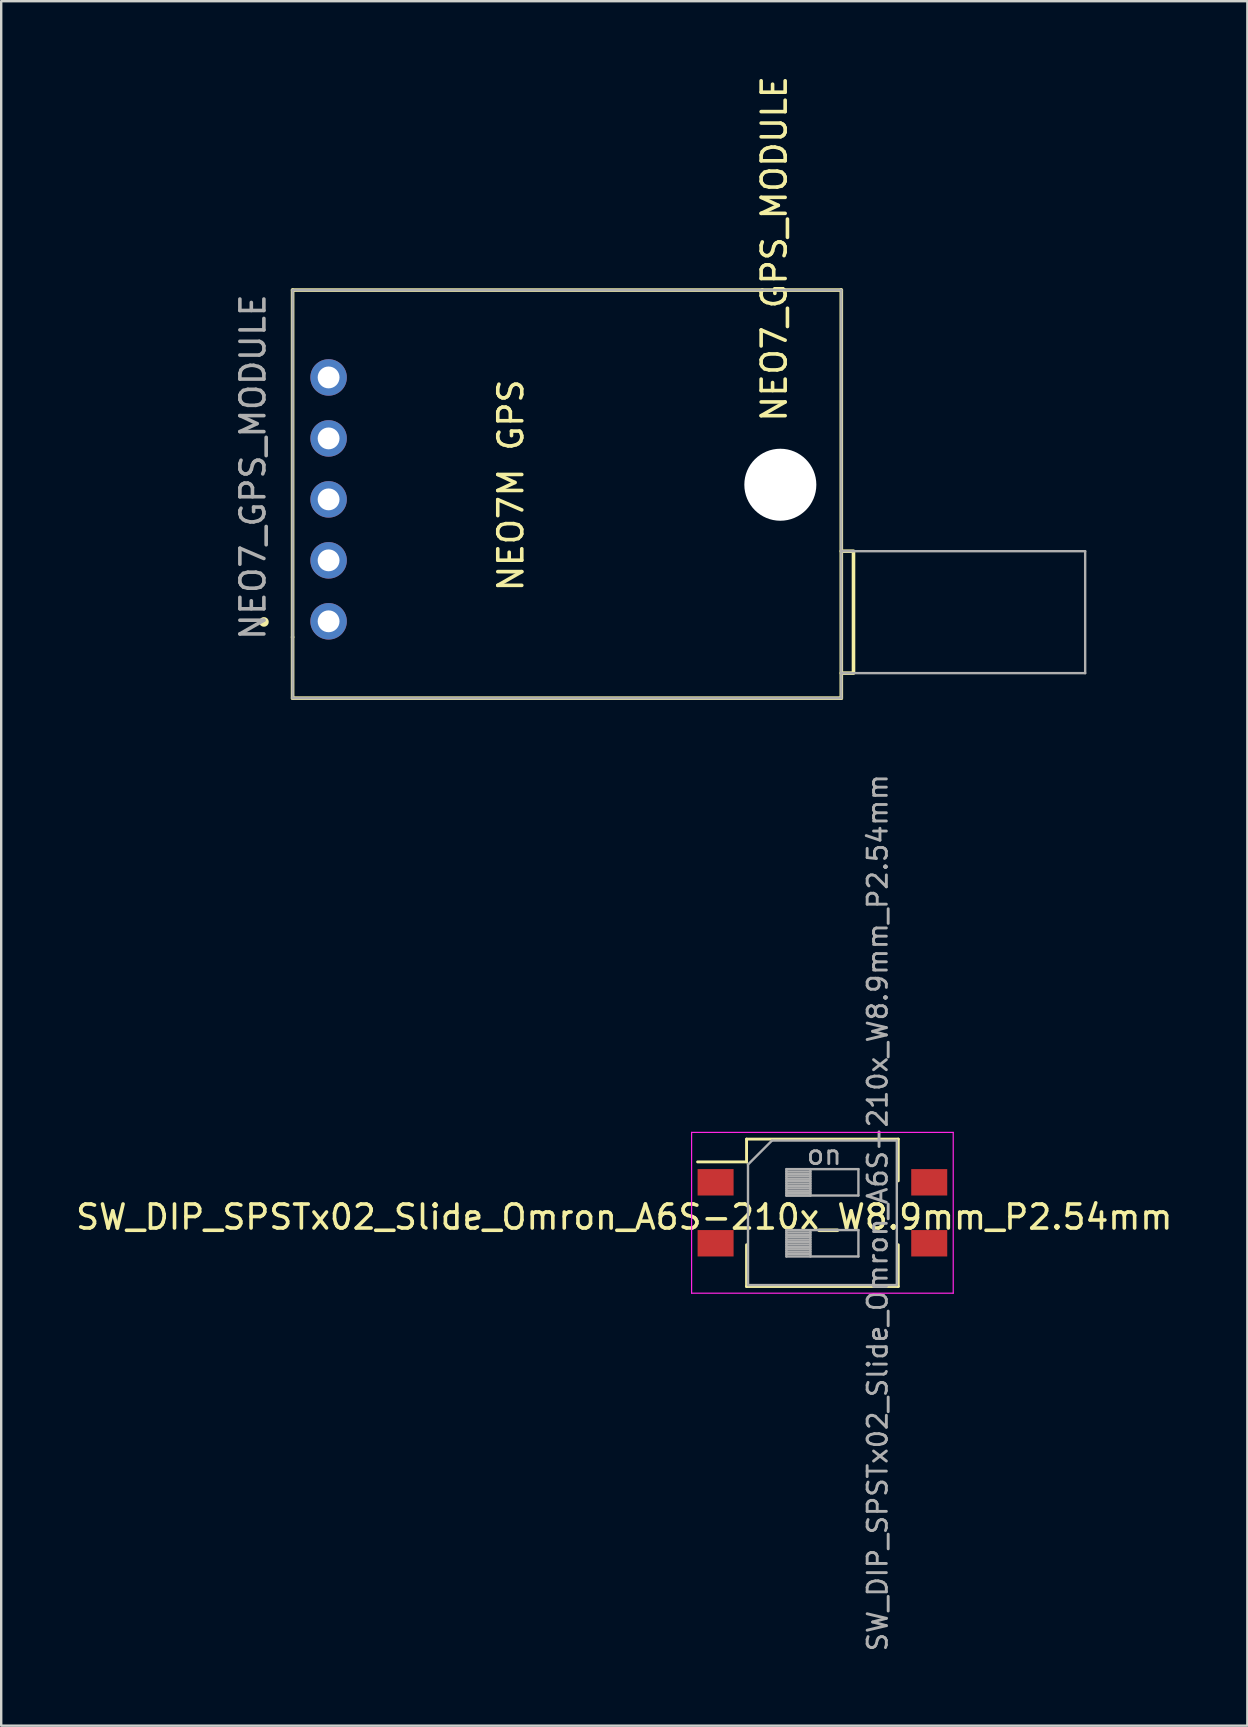
<source format=kicad_pcb>
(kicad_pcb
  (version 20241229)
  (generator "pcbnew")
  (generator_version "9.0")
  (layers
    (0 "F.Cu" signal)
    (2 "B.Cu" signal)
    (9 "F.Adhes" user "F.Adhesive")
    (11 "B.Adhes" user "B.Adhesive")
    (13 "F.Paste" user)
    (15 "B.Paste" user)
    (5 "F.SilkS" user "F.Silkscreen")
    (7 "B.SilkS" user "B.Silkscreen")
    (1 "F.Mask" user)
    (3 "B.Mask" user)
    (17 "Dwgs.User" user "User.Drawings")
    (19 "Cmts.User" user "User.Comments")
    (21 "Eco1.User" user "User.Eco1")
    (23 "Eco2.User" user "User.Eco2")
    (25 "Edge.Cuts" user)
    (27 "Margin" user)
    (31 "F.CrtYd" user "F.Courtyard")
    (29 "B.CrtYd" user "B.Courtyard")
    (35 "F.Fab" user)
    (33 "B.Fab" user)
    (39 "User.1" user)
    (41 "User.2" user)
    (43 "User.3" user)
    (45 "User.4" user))
  (footprint "SW_DIP_SPSTx02_Slide_Omron_A6S-210x_W8.9mm_P2.54mm"
    (layer "F.Cu")
    (at 31.213 47.477)
    (property "Reference" "SW_DIP_SPSTx02_Slide_Omron_A6S-210x_W8.9mm_P2.54mm" (at -8.255 0.178 180) (layer "F.SilkS") (effects (font (size 1 1) (thickness 0.15))))
    (attr smd)
    (fp_line (start -5.2 -2.121) (end -3.16 -2.121) (stroke (width 0.12) (type solid)) (layer "F.SilkS"))
    (fp_line (start -3.16 -3.07) (end -3.16 -2.121) (stroke (width 0.12) (type solid)) (layer "F.SilkS"))
    (fp_line (start -3.16 -3.07) (end 3.16 -3.07) (stroke (width 0.12) (type solid)) (layer "F.SilkS"))
    (fp_line (start -3.16 1.331) (end -3.16 3.071) (stroke (width 0.12) (type solid)) (layer "F.SilkS"))
    (fp_line (start -3.16 3.071) (end 3.16 3.071) (stroke (width 0.12) (type solid)) (layer "F.SilkS"))
    (fp_line (start 3.16 -3.07) (end 3.16 -1.331) (stroke (width 0.12) (type solid)) (layer "F.SilkS"))
    (fp_line (start 3.16 1.331) (end 3.16 3.071) (stroke (width 0.12) (type solid)) (layer "F.SilkS"))
    (fp_line (start -5.45 -3.35) (end -5.45 3.35) (stroke (width 0.05) (type solid)) (layer "F.CrtYd"))
    (fp_line (start -5.45 3.35) (end 5.45 3.35) (stroke (width 0.05) (type solid)) (layer "F.CrtYd"))
    (fp_line (start 5.45 -3.35) (end -5.45 -3.35) (stroke (width 0.05) (type solid)) (layer "F.CrtYd"))
    (fp_line (start 5.45 3.35) (end 5.45 -3.35) (stroke (width 0.05) (type solid)) (layer "F.CrtYd"))
    (fp_line (start -3.1 -2.01) (end -2.1 -3.01) (stroke (width 0.1) (type solid)) (layer "F.Fab"))
    (fp_line (start -3.1 3.01) (end -3.1 -2.01) (stroke (width 0.1) (type solid)) (layer "F.Fab"))
    (fp_line (start -2.1 -3.01) (end 3.1 -3.01) (stroke (width 0.1) (type solid)) (layer "F.Fab"))
    (fp_line (start -1.5 -1.82) (end -1.5 -0.72) (stroke (width 0.1) (type solid)) (layer "F.Fab"))
    (fp_line (start -1.5 -1.72) (end -0.5 -1.72) (stroke (width 0.1) (type solid)) (layer "F.Fab"))
    (fp_line (start -1.5 -1.62) (end -0.5 -1.62) (stroke (width 0.1) (type solid)) (layer "F.Fab"))
    (fp_line (start -1.5 -1.52) (end -0.5 -1.52) (stroke (width 0.1) (type solid)) (layer "F.Fab"))
    (fp_line (start -1.5 -1.42) (end -0.5 -1.42) (stroke (width 0.1) (type solid)) (layer "F.Fab"))
    (fp_line (start -1.5 -1.32) (end -0.5 -1.32) (stroke (width 0.1) (type solid)) (layer "F.Fab"))
    (fp_line (start -1.5 -1.22) (end -0.5 -1.22) (stroke (width 0.1) (type solid)) (layer "F.Fab"))
    (fp_line (start -1.5 -1.12) (end -0.5 -1.12) (stroke (width 0.1) (type solid)) (layer "F.Fab"))
    (fp_line (start -1.5 -1.02) (end -0.5 -1.02) (stroke (width 0.1) (type solid)) (layer "F.Fab"))
    (fp_line (start -1.5 -0.92) (end -0.5 -0.92) (stroke (width 0.1) (type solid)) (layer "F.Fab"))
    (fp_line (start -1.5 -0.82) (end -0.5 -0.82) (stroke (width 0.1) (type solid)) (layer "F.Fab"))
    (fp_line (start -1.5 -0.72) (end -0.5 -0.72) (stroke (width 0.1) (type solid)) (layer "F.Fab"))
    (fp_line (start -1.5 -0.72) (end 1.5 -0.72) (stroke (width 0.1) (type solid)) (layer "F.Fab"))
    (fp_line (start -1.5 0.72) (end -1.5 1.82) (stroke (width 0.1) (type solid)) (layer "F.Fab"))
    (fp_line (start -1.5 0.82) (end -0.5 0.82) (stroke (width 0.1) (type solid)) (layer "F.Fab"))
    (fp_line (start -1.5 0.92) (end -0.5 0.92) (stroke (width 0.1) (type solid)) (layer "F.Fab"))
    (fp_line (start -1.5 1.02) (end -0.5 1.02) (stroke (width 0.1) (type solid)) (layer "F.Fab"))
    (fp_line (start -1.5 1.12) (end -0.5 1.12) (stroke (width 0.1) (type solid)) (layer "F.Fab"))
    (fp_line (start -1.5 1.22) (end -0.5 1.22) (stroke (width 0.1) (type solid)) (layer "F.Fab"))
    (fp_line (start -1.5 1.32) (end -0.5 1.32) (stroke (width 0.1) (type solid)) (layer "F.Fab"))
    (fp_line (start -1.5 1.42) (end -0.5 1.42) (stroke (width 0.1) (type solid)) (layer "F.Fab"))
    (fp_line (start -1.5 1.52) (end -0.5 1.52) (stroke (width 0.1) (type solid)) (layer "F.Fab"))
    (fp_line (start -1.5 1.62) (end -0.5 1.62) (stroke (width 0.1) (type solid)) (layer "F.Fab"))
    (fp_line (start -1.5 1.72) (end -0.5 1.72) (stroke (width 0.1) (type solid)) (layer "F.Fab"))
    (fp_line (start -1.5 1.82) (end 1.5 1.82) (stroke (width 0.1) (type solid)) (layer "F.Fab"))
    (fp_line (start -0.5 -1.82) (end -0.5 -0.72) (stroke (width 0.1) (type solid)) (layer "F.Fab"))
    (fp_line (start -0.5 0.72) (end -0.5 1.82) (stroke (width 0.1) (type solid)) (layer "F.Fab"))
    (fp_line (start 1.5 -1.82) (end -1.5 -1.82) (stroke (width 0.1) (type solid)) (layer "F.Fab"))
    (fp_line (start 1.5 -0.72) (end 1.5 -1.82) (stroke (width 0.1) (type solid)) (layer "F.Fab"))
    (fp_line (start 1.5 0.72) (end -1.5 0.72) (stroke (width 0.1) (type solid)) (layer "F.Fab"))
    (fp_line (start 1.5 1.82) (end 1.5 0.72) (stroke (width 0.1) (type solid)) (layer "F.Fab"))
    (fp_line (start 3.1 -3.01) (end 3.1 3.01) (stroke (width 0.1) (type solid)) (layer "F.Fab"))
    (fp_line (start 3.1 3.01) (end -3.1 3.01) (stroke (width 0.1) (type solid)) (layer "F.Fab"))
    (fp_text user "on" (at 0.075 -2.415 180) (layer "F.Fab") (effects (font (size 0.8 0.8) (thickness 0.12))))
    (fp_text user "${REFERENCE}" (at 2.3 0 270) (layer "F.Fab") (effects (font (size 0.8 0.8) (thickness 0.12))))
    (pad "1" smd rect (at -4.45 -1.27) (size 1.5 1.1) (layers "F.Cu" "F.Mask" "F.Paste"))
    (pad "2" smd rect (at -4.45 1.27) (size 1.5 1.1) (layers "F.Cu" "F.Mask" "F.Paste"))
    (pad "3" smd rect (at 4.45 1.27) (size 1.5 1.1) (layers "F.Cu" "F.Mask" "F.Paste"))
    (pad "4" smd rect (at 4.45 -1.27) (size 1.5 1.1) (layers "F.Cu" "F.Mask" "F.Paste")))
  (footprint "NEO7_GPS_MODULE"
    (layer "F.Cu")
    (at 0.25 12.065)
    (property "Reference" "NEO7_GPS_MODULE" (at 28.956 -4.75 270) (layer "F.SilkS") (effects (font (size 1 1) (thickness 0.15))))
    (attr through_hole)
    (fp_line (start 8.89 -3.03) (end 31.75 -3.03) (stroke (width 0.15) (type solid)) (layer "F.SilkS"))
    (fp_line (start 8.89 11.43) (end 8.89 -3.03) (stroke (width 0.15) (type solid)) (layer "F.SilkS"))
    (fp_line (start 8.89 13.97) (end 8.89 11.43) (stroke (width 0.15) (type solid)) (layer "F.SilkS"))
    (fp_line (start 31.75 -3.03) (end 31.75 13.97) (stroke (width 0.15) (type solid)) (layer "F.SilkS"))
    (fp_line (start 31.75 13.97) (end 8.89 13.97) (stroke (width 0.15) (type solid)) (layer "F.SilkS"))
    (fp_line (start 32.258 7.849) (end 31.75 7.849) (stroke (width 0.15) (type solid)) (layer "F.SilkS"))
    (fp_line (start 32.258 7.889) (end 32.258 12.889) (stroke (width 0.15) (type solid)) (layer "F.SilkS"))
    (fp_line (start 32.258 12.929) (end 31.75 12.929) (stroke (width 0.15) (type solid)) (layer "F.SilkS"))
    (fp_circle (center 7.696 10.795) (end 7.798 10.795) (stroke (width 0.2) (type solid)) (fill no) (layer "F.SilkS"))
    (fp_line (start 8.89 -3.03) (end 31.75 -3.03) (stroke (width 0.1) (type solid)) (layer "F.Fab"))
    (fp_line (start 8.89 13.97) (end 8.89 -3.03) (stroke (width 0.1) (type solid)) (layer "F.Fab"))
    (fp_line (start 8.89 13.97) (end 31.75 13.97) (stroke (width 0.1) (type solid)) (layer "F.Fab"))
    (fp_line (start 31.75 7.849) (end 41.91 7.849) (stroke (width 0.1) (type solid)) (layer "F.Fab"))
    (fp_line (start 31.75 13.97) (end 31.75 -3.03) (stroke (width 0.1) (type solid)) (layer "F.Fab"))
    (fp_line (start 41.91 12.929) (end 31.75 12.929) (stroke (width 0.1) (type solid)) (layer "F.Fab"))
    (fp_line (start 41.91 12.929) (end 41.91 7.849) (stroke (width 0.1) (type solid)) (layer "F.Fab"))
    (fp_text user "NEO7M GPS" (at 17.983 5.105 90) (layer "F.SilkS") (effects (font (size 1 1) (thickness 0.15))))
    (fp_text user "${REFERENCE}" (at 7.239 4.343 90) (layer "F.Fab") (effects (font (size 1 1) (thickness 0.15))))
    (pad "" np_thru_hole circle (at 29.21 5.08) (size 3 3) (drill 3) (layers "*.Cu" "*.Mask"))
    (pad "1" thru_hole circle (at 10.39 10.77 270) (size 1.52 1.52) (drill 0.91) (layers "*.Cu" "*.Mask"))
    (pad "2" thru_hole circle (at 10.39 8.23 270) (size 1.52 1.52) (drill 0.91) (layers "*.Cu" "*.Mask"))
    (pad "3" thru_hole circle (at 10.39 5.69 270) (size 1.52 1.52) (drill 0.91) (layers "*.Cu" "*.Mask"))
    (pad "4" thru_hole circle (at 10.39 3.15 270) (size 1.52 1.52) (drill 0.91) (layers "*.Cu" "*.Mask"))
    (pad "5" thru_hole circle (at 10.39 0.61 270) (size 1.52 1.52) (drill 0.91) (layers "*.Cu" "*.Mask")))
  (gr_rect
    (start -3 -3)
    (end 48.917 68.844)
    (stroke (width 0.1) (type default))
    (fill no)
    (layer "Edge.Cuts")))
</source>
